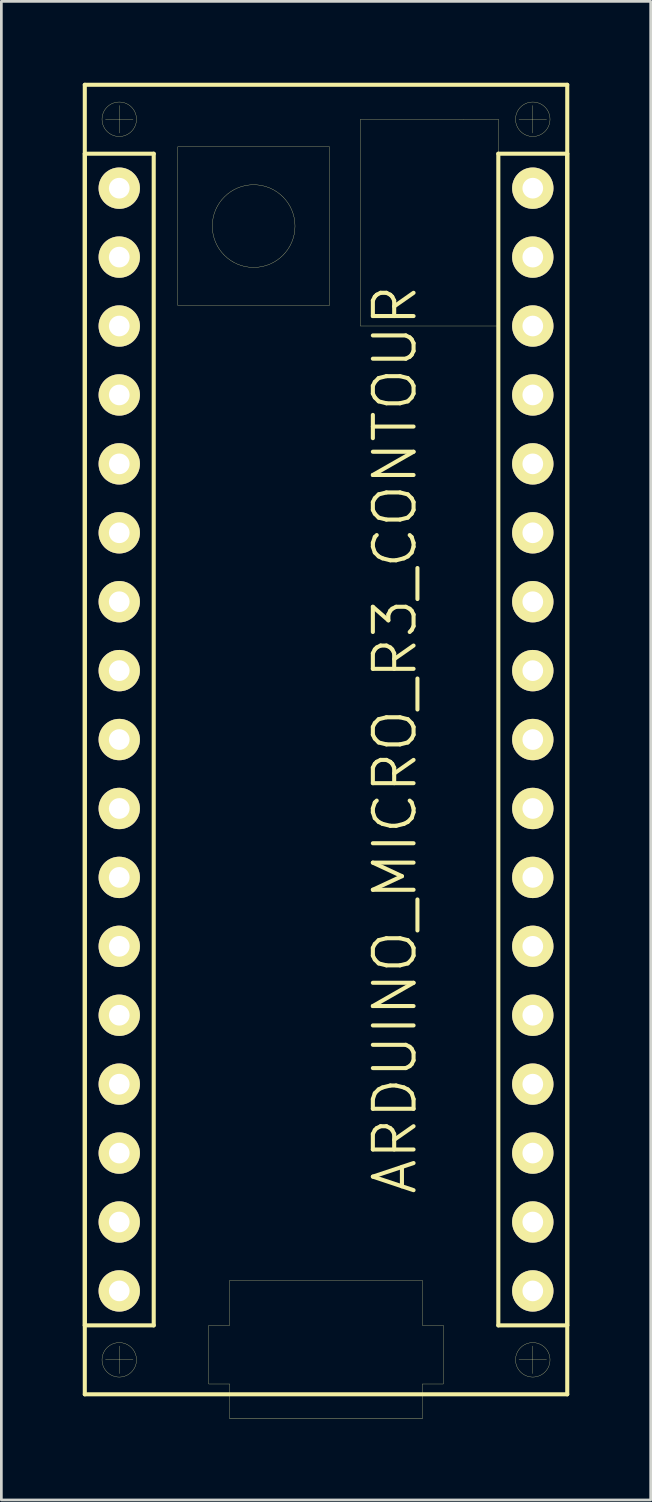
<source format=kicad_pcb>
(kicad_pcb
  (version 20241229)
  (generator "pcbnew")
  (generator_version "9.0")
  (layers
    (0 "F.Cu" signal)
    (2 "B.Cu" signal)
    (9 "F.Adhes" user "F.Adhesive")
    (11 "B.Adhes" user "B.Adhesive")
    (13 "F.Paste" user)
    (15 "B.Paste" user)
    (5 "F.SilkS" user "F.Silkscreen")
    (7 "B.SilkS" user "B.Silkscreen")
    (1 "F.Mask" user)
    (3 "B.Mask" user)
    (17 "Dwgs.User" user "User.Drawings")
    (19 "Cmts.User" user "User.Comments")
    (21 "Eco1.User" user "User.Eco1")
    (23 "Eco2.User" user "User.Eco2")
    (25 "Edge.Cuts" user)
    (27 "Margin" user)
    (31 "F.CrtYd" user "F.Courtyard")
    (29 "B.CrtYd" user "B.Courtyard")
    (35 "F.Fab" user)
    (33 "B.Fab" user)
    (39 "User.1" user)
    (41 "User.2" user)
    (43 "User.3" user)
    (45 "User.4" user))
  (footprint "ARDUINO_MICRO_R3_CONTOUR"
    (layer "F.Cu")
    (at 8.965 24.205)
    (property "Reference" "ARDUINO_MICRO_R3_CONTOUR" (at 2.54 0 90) (layer "F.SilkS") (effects (font (size 1.5 1.5) (thickness 0.15))))
    (attr through_hole)
    (fp_line (start -8.89 -24.13) (end 8.89 -24.13) (stroke (width 0.15) (type solid)) (layer "F.SilkS"))
    (fp_line (start -8.89 -21.59) (end -6.35 -21.59) (stroke (width 0.15) (type solid)) (layer "F.SilkS"))
    (fp_line (start -8.89 21.59) (end -8.89 -21.59) (stroke (width 0.15) (type solid)) (layer "F.SilkS"))
    (fp_line (start -8.89 24.13) (end -8.89 -24.13) (stroke (width 0.15) (type solid)) (layer "F.SilkS"))
    (fp_line (start -8.128 -22.86) (end -7.112 -22.86) (stroke (width 0.01) (type solid)) (layer "F.SilkS"))
    (fp_line (start -8.128 22.86) (end -7.112 22.86) (stroke (width 0.01) (type solid)) (layer "F.SilkS"))
    (fp_line (start -7.62 -23.368) (end -7.62 -22.352) (stroke (width 0.01) (type solid)) (layer "F.SilkS"))
    (fp_line (start -7.62 22.352) (end -7.62 23.368) (stroke (width 0.01) (type solid)) (layer "F.SilkS"))
    (fp_line (start -6.35 -21.59) (end -6.35 21.59) (stroke (width 0.15) (type solid)) (layer "F.SilkS"))
    (fp_line (start -6.35 21.59) (end -8.89 21.59) (stroke (width 0.15) (type solid)) (layer "F.SilkS"))
    (fp_line (start -5.461 -21.844) (end 0.127 -21.844) (stroke (width 0.01) (type solid)) (layer "F.SilkS"))
    (fp_line (start -5.461 -16.002) (end -5.461 -21.844) (stroke (width 0.01) (type solid)) (layer "F.SilkS"))
    (fp_line (start -4.318 21.59) (end -4.318 23.749) (stroke (width 0.01) (type solid)) (layer "F.SilkS"))
    (fp_line (start -4.318 23.749) (end -3.556 23.749) (stroke (width 0.01) (type solid)) (layer "F.SilkS"))
    (fp_line (start -3.556 19.939) (end -3.556 21.59) (stroke (width 0.01) (type solid)) (layer "F.SilkS"))
    (fp_line (start -3.556 21.59) (end -4.318 21.59) (stroke (width 0.01) (type solid)) (layer "F.SilkS"))
    (fp_line (start -3.556 23.749) (end -3.556 25.019) (stroke (width 0.01) (type solid)) (layer "F.SilkS"))
    (fp_line (start -3.556 25.019) (end 3.556 25.019) (stroke (width 0.01) (type solid)) (layer "F.SilkS"))
    (fp_line (start 0.127 -21.844) (end 0.127 -16.002) (stroke (width 0.01) (type solid)) (layer "F.SilkS"))
    (fp_line (start 0.127 -16.002) (end -5.461 -16.002) (stroke (width 0.01) (type solid)) (layer "F.SilkS"))
    (fp_line (start 1.27 -22.86) (end 5.08 -22.86) (stroke (width 0.01) (type solid)) (layer "F.SilkS"))
    (fp_line (start 1.27 -15.24) (end 1.27 -22.86) (stroke (width 0.01) (type solid)) (layer "F.SilkS"))
    (fp_line (start 3.556 19.939) (end -3.556 19.939) (stroke (width 0.01) (type solid)) (layer "F.SilkS"))
    (fp_line (start 3.556 21.59) (end 3.556 19.939) (stroke (width 0.01) (type solid)) (layer "F.SilkS"))
    (fp_line (start 3.556 23.749) (end 4.318 23.749) (stroke (width 0.01) (type solid)) (layer "F.SilkS"))
    (fp_line (start 3.556 25.019) (end 3.556 23.749) (stroke (width 0.01) (type solid)) (layer "F.SilkS"))
    (fp_line (start 4.318 21.59) (end 3.556 21.59) (stroke (width 0.01) (type solid)) (layer "F.SilkS"))
    (fp_line (start 4.318 23.749) (end 4.318 21.59) (stroke (width 0.01) (type solid)) (layer "F.SilkS"))
    (fp_line (start 5.08 -22.86) (end 6.35 -22.86) (stroke (width 0.01) (type solid)) (layer "F.SilkS"))
    (fp_line (start 6.35 -22.86) (end 6.35 -15.24) (stroke (width 0.01) (type solid)) (layer "F.SilkS"))
    (fp_line (start 6.35 -21.59) (end 8.89 -21.59) (stroke (width 0.15) (type solid)) (layer "F.SilkS"))
    (fp_line (start 6.35 -15.24) (end 1.27 -15.24) (stroke (width 0.01) (type solid)) (layer "F.SilkS"))
    (fp_line (start 6.35 21.59) (end 6.35 -21.59) (stroke (width 0.15) (type solid)) (layer "F.SilkS"))
    (fp_line (start 7.112 -22.86) (end 8.128 -22.86) (stroke (width 0.01) (type solid)) (layer "F.SilkS"))
    (fp_line (start 7.112 22.86) (end 8.128 22.86) (stroke (width 0.01) (type solid)) (layer "F.SilkS"))
    (fp_line (start 7.62 -23.368) (end 7.62 -22.352) (stroke (width 0.01) (type solid)) (layer "F.SilkS"))
    (fp_line (start 7.62 22.352) (end 7.62 23.368) (stroke (width 0.01) (type solid)) (layer "F.SilkS"))
    (fp_line (start 8.89 -24.13) (end 8.89 24.13) (stroke (width 0.15) (type solid)) (layer "F.SilkS"))
    (fp_line (start 8.89 -21.59) (end 8.89 21.59) (stroke (width 0.15) (type solid)) (layer "F.SilkS"))
    (fp_line (start 8.89 21.59) (end 6.35 21.59) (stroke (width 0.15) (type solid)) (layer "F.SilkS"))
    (fp_line (start 8.89 24.13) (end -8.89 24.13) (stroke (width 0.15) (type solid)) (layer "F.SilkS"))
    (fp_circle (center -7.62 -22.86) (end -8.255 -22.86) (stroke (width 0.01) (type solid)) (fill no) (layer "F.SilkS"))
    (fp_circle (center -7.62 22.86) (end -8.255 22.86) (stroke (width 0.01) (type solid)) (fill no) (layer "F.SilkS"))
    (fp_circle (center -2.667 -18.923) (end -4.191 -18.923) (stroke (width 0.01) (type solid)) (fill no) (layer "F.SilkS"))
    (fp_circle (center 7.62 -22.86) (end 6.985 -22.86) (stroke (width 0.01) (type solid)) (fill no) (layer "F.SilkS"))
    (fp_circle (center 7.62 22.86) (end 6.985 22.86) (stroke (width 0.01) (type solid)) (fill no) (layer "F.SilkS"))
    (pad "0" thru_hole circle (at -7.62 -12.7) (size 1.524 1.524) (drill 0.762) (layers "*.Cu" "*.Mask" "F.SilkS"))
    (pad "1" thru_hole circle (at -7.62 -15.24) (size 1.524 1.524) (drill 0.762) (layers "*.Cu" "*.Mask" "F.SilkS"))
    (pad "2" thru_hole circle (at -7.62 -5.08) (size 1.524 1.524) (drill 0.762) (layers "*.Cu" "*.Mask" "F.SilkS"))
    (pad "3" thru_hole circle (at -7.62 -2.54) (size 1.524 1.524) (drill 0.762) (layers "*.Cu" "*.Mask" "F.SilkS"))
    (pad "3V3" thru_hole circle (at 7.62 17.78) (size 1.524 1.524) (drill 0.762) (layers "*.Cu" "*.Mask" "F.SilkS"))
    (pad "4" thru_hole circle (at -7.62 0) (size 1.524 1.524) (drill 0.762) (layers "*.Cu" "*.Mask" "F.SilkS"))
    (pad "5" thru_hole circle (at -7.62 2.54) (size 1.524 1.524) (drill 0.762) (layers "*.Cu" "*.Mask" "F.SilkS"))
    (pad "5V" thru_hole circle (at 7.62 -7.62) (size 1.524 1.524) (drill 0.762) (layers "*.Cu" "*.Mask" "F.SilkS"))
    (pad "6" thru_hole circle (at -7.62 5.08) (size 1.524 1.524) (drill 0.762) (layers "*.Cu" "*.Mask" "F.SilkS"))
    (pad "7" thru_hole circle (at -7.62 7.62) (size 1.524 1.524) (drill 0.762) (layers "*.Cu" "*.Mask" "F.SilkS"))
    (pad "8" thru_hole circle (at -7.62 10.16) (size 1.524 1.524) (drill 0.762) (layers "*.Cu" "*.Mask" "F.SilkS"))
    (pad "9" thru_hole circle (at -7.62 12.7) (size 1.524 1.524) (drill 0.762) (layers "*.Cu" "*.Mask" "F.SilkS"))
    (pad "10" thru_hole circle (at -7.62 15.24) (size 1.524 1.524) (drill 0.762) (layers "*.Cu" "*.Mask" "F.SilkS"))
    (pad "11" thru_hole circle (at -7.62 17.78) (size 1.524 1.524) (drill 0.762) (layers "*.Cu" "*.Mask" "F.SilkS"))
    (pad "12" thru_hole circle (at -7.62 20.32) (size 1.524 1.524) (drill 0.762) (layers "*.Cu" "*.Mask" "F.SilkS"))
    (pad "13" thru_hole circle (at 7.62 20.32) (size 1.524 1.524) (drill 0.762) (layers "*.Cu" "*.Mask" "F.SilkS"))
    (pad "A0" thru_hole circle (at 7.62 12.7) (size 1.524 1.524) (drill 0.762) (layers "*.Cu" "*.Mask" "F.SilkS"))
    (pad "A1" thru_hole circle (at 7.62 10.16) (size 1.524 1.524) (drill 0.762) (layers "*.Cu" "*.Mask" "F.SilkS"))
    (pad "A2" thru_hole circle (at 7.62 7.62) (size 1.524 1.524) (drill 0.762) (layers "*.Cu" "*.Mask" "F.SilkS"))
    (pad "A3" thru_hole circle (at 7.62 5.08) (size 1.524 1.524) (drill 0.762) (layers "*.Cu" "*.Mask" "F.SilkS"))
    (pad "A4" thru_hole circle (at 7.62 2.54) (size 1.524 1.524) (drill 0.762) (layers "*.Cu" "*.Mask" "F.SilkS"))
    (pad "A5" thru_hole circle (at 7.62 0) (size 1.524 1.524) (drill 0.762) (layers "*.Cu" "*.Mask" "F.SilkS"))
    (pad "AREF" thru_hole circle (at 7.62 15.24) (size 1.524 1.524) (drill 0.762) (layers "*.Cu" "*.Mask" "F.SilkS"))
    (pad "GND1" thru_hole circle (at -7.62 -7.62) (size 1.524 1.524) (drill 0.762) (layers "*.Cu" "*.Mask" "F.SilkS"))
    (pad "GND2" thru_hole circle (at 7.62 -12.7) (size 1.524 1.524) (drill 0.762) (layers "*.Cu" "*.Mask" "F.SilkS"))
    (pad "MISO" thru_hole circle (at 7.62 -17.78) (size 1.524 1.524) (drill 0.762) (layers "*.Cu" "*.Mask" "F.SilkS"))
    (pad "MOSI" thru_hole circle (at -7.62 -20.32) (size 1.524 1.524) (drill 0.762) (layers "*.Cu" "*.Mask" "F.SilkS"))
    (pad "NC" thru_hole circle (at 7.62 -5.08) (size 1.524 1.524) (drill 0.762) (layers "*.Cu" "*.Mask" "F.SilkS"))
    (pad "NC" thru_hole circle (at 7.62 -2.54) (size 1.524 1.524) (drill 0.762) (layers "*.Cu" "*.Mask" "F.SilkS"))
    (pad "RST1" thru_hole circle (at -7.62 -10.16) (size 1.524 1.524) (drill 0.762) (layers "*.Cu" "*.Mask" "F.SilkS"))
    (pad "RST2" thru_hole circle (at 7.62 -10.16) (size 1.524 1.524) (drill 0.762) (layers "*.Cu" "*.Mask" "F.SilkS"))
    (pad "SCK" thru_hole circle (at 7.62 -20.32) (size 1.524 1.524) (drill 0.762) (layers "*.Cu" "*.Mask" "F.SilkS"))
    (pad "SS" thru_hole circle (at -7.62 -17.78) (size 1.524 1.524) (drill 0.762) (layers "*.Cu" "*.Mask" "F.SilkS"))
    (pad "VIN" thru_hole circle (at 7.62 -15.24) (size 1.524 1.524) (drill 0.762) (layers "*.Cu" "*.Mask" "F.SilkS")))
  (gr_rect
    (start -3 -3)
    (end 20.93 52.229)
    (stroke (width 0.1) (type default))
    (fill no)
    (layer "Edge.Cuts")))
</source>
